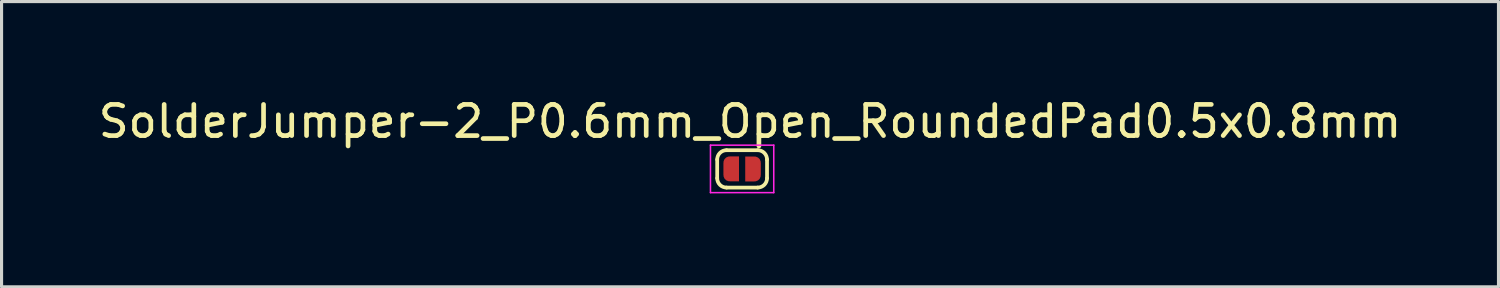
<source format=kicad_pcb>
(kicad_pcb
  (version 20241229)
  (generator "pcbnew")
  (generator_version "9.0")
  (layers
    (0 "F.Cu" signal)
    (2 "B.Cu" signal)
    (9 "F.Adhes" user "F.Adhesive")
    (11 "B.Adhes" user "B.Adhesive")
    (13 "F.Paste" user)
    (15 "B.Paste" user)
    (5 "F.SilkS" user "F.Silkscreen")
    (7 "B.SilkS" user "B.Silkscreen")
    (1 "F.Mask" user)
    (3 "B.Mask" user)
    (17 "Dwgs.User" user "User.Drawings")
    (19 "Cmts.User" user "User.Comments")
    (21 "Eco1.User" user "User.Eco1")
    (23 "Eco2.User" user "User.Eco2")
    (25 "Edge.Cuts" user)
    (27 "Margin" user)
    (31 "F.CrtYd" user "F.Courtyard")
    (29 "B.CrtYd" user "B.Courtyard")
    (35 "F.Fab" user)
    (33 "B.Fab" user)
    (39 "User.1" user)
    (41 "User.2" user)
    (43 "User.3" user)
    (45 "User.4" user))
  (footprint "SolderJumper-2_P0.6mm_Open_RoundedPad0.5x0.8mm"
    (layer "F.Cu")
    (at 20.776 2.372)
    (property "Reference" "SolderJumper-2_P0.6mm_Open_RoundedPad0.5x0.8mm" (at 0.254 -1.524 0) (layer "F.SilkS") (effects (font (size 1 1) (thickness 0.15))))
    (attr exclude_from_pos_files exclude_from_bom)
    (fp_line (start -0.8 0.3) (end -0.8 -0.3) (stroke (width 0.12) (type solid)) (layer "F.SilkS"))
    (fp_line (start -0.5 -0.6) (end 0.5 -0.6) (stroke (width 0.12) (type solid)) (layer "F.SilkS"))
    (fp_line (start 0.5 0.6) (end -0.5 0.6) (stroke (width 0.12) (type solid)) (layer "F.SilkS"))
    (fp_line (start 0.8 -0.3) (end 0.8 0.3) (stroke (width 0.12) (type solid)) (layer "F.SilkS"))
    (fp_arc (start -0.8 -0.3) (mid -0.712132 -0.512132) (end -0.5 -0.6) (stroke (width 0.12) (type solid)) (layer "F.SilkS"))
    (fp_arc (start -0.5 0.6) (mid -0.712132 0.512132) (end -0.8 0.3) (stroke (width 0.12) (type solid)) (layer "F.SilkS"))
    (fp_arc (start 0.5 -0.6) (mid 0.712132 -0.512132) (end 0.8 -0.3) (stroke (width 0.12) (type solid)) (layer "F.SilkS"))
    (fp_arc (start 0.8 0.3) (mid 0.712132 0.512132) (end 0.5 0.6) (stroke (width 0.12) (type solid)) (layer "F.SilkS"))
    (fp_line (start -1.016 -0.762) (end -1.016 0.762) (stroke (width 0.05) (type solid)) (layer "F.CrtYd"))
    (fp_line (start -1.016 -0.762) (end 1.016 -0.762) (stroke (width 0.05) (type solid)) (layer "F.CrtYd"))
    (fp_line (start 1.016 0.762) (end -1.016 0.762) (stroke (width 0.05) (type solid)) (layer "F.CrtYd"))
    (fp_line (start 1.016 0.762) (end 1.016 -0.762) (stroke (width 0.05) (type solid)) (layer "F.CrtYd"))
    (pad "1" smd custom (at -0.4 0) (size 0.4 0.4) (layers "F.Cu" "F.Mask") (options (anchor rect)) (primitives (gr_circle (center 0 0.2) (end 0.2 0.2) (width 0) (fill yes)) (gr_circle (center 0 -0.2) (end 0.2 -0.2) (width 0) (fill yes)) (gr_poly (pts (xy 0 -0.4) (xy 0.3 -0.4) (xy 0.3 0.4) (xy 0 0.4)) (width 0) (fill yes))))
    (pad "2" smd custom (at 0.4 0.003 180) (size 0.4 0.4) (layers "F.Cu" "F.Mask") (options (anchor rect)) (primitives (gr_circle (center 0 0.2) (end 0.2 0.2) (width 0) (fill yes)) (gr_circle (center 0 -0.2) (end 0.2 -0.2) (width 0) (fill yes)) (gr_poly (pts (xy 0 -0.4) (xy 0.3 -0.4) (xy 0.3 0.4) (xy 0 0.4)) (width 0) (fill yes)))))
  (gr_rect
    (start -3 -3)
    (end 45.06 6.159)
    (stroke (width 0.1) (type default))
    (fill no)
    (layer "Edge.Cuts")))
</source>
